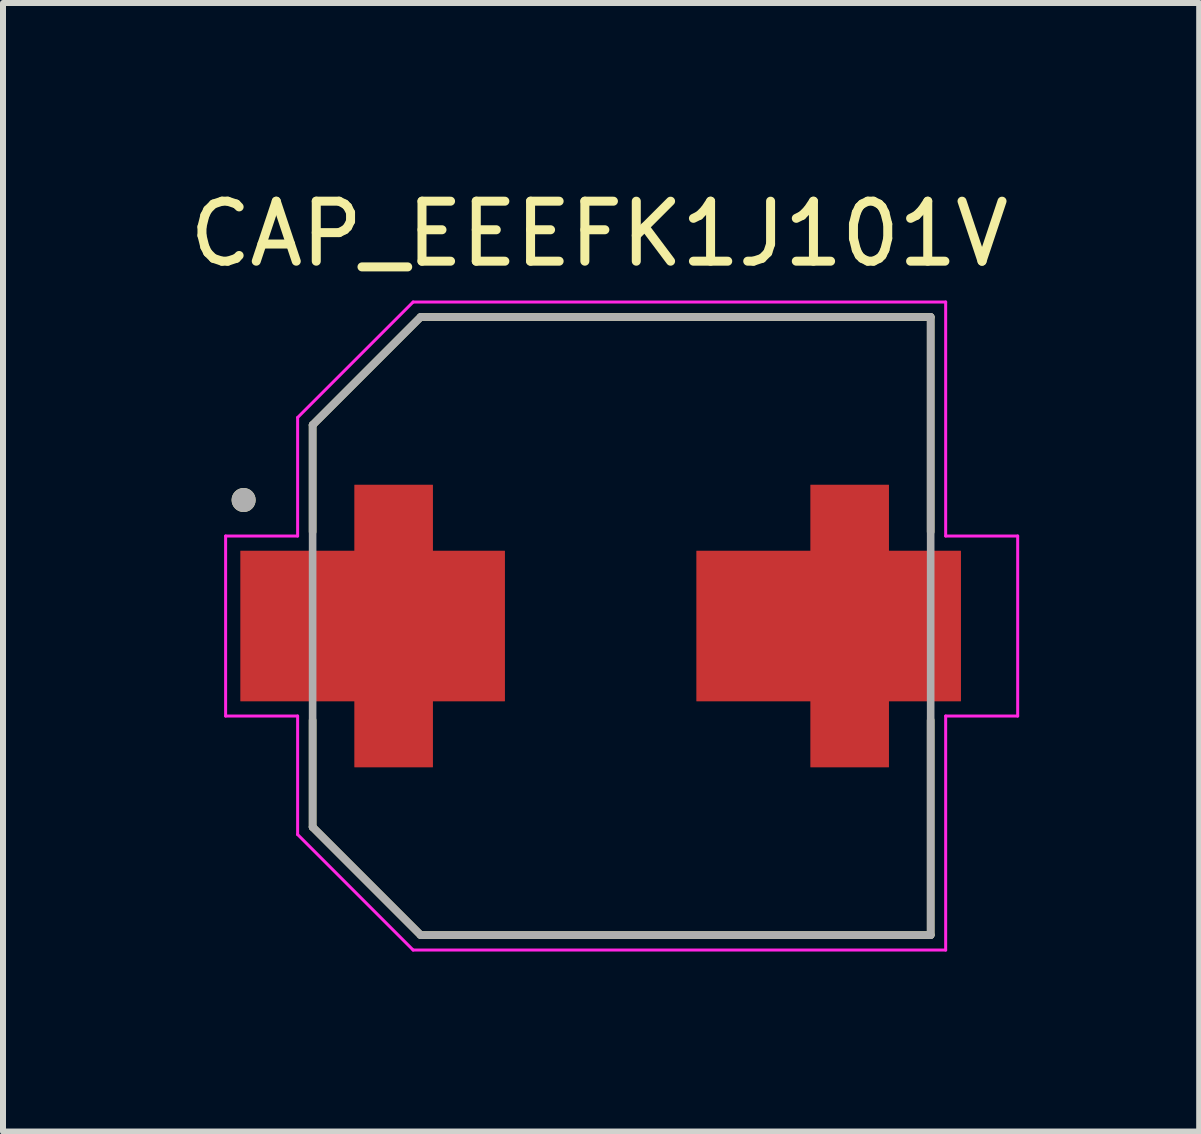
<source format=kicad_pcb>
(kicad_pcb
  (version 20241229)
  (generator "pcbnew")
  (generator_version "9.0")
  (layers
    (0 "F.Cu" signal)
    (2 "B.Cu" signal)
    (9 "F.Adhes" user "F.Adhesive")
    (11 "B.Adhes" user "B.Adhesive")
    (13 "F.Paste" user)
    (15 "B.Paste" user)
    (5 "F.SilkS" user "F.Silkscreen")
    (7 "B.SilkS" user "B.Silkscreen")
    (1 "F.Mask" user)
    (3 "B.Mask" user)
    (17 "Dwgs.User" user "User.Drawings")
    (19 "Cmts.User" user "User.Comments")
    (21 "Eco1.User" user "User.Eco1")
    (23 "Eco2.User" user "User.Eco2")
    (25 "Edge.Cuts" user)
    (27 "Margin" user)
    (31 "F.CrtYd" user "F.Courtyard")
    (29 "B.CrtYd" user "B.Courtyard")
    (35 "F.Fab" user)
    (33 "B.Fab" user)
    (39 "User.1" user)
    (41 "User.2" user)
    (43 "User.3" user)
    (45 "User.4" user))
  (footprint "CAP_EEEFK1J101V"
    (layer "F.Cu")
    (at 7.31 7.383)
    (property "Reference" "CAP_EEEFK1J101V" (at -0.375 -6.535 0) (layer "F.SilkS") (effects (font (size 1 1) (thickness 0.15))))
    (attr smd)
    (fp_poly (pts (xy -4.55 2.45) (xy -4.55 1.35) (xy -6.45 1.35) (xy -6.45 -1.35) (xy -4.55 -1.35) (xy -4.55 -2.45) (xy -3.05 -2.45) (xy -3.05 -1.35) (xy -1.85 -1.35) (xy -1.85 1.35) (xy -3.05 1.35) (xy -3.05 2.45)) (stroke (width 0.01) (type solid)) (fill yes) (layer "F.Mask"))
    (fp_poly (pts (xy 4.55 2.45) (xy 4.55 1.35) (xy 6.45 1.35) (xy 6.45 -1.35) (xy 4.55 -1.35) (xy 4.55 -2.45) (xy 3.05 -2.45) (xy 3.05 -1.35) (xy 1.85 -1.35) (xy 1.85 1.35) (xy 3.05 1.35) (xy 3.05 2.45)) (stroke (width 0.01) (type solid)) (fill yes) (layer "F.Mask"))
    (fp_line (start -5.15 -3.35) (end -5.15 -1.57) (stroke (width 0.127) (type solid)) (layer "F.SilkS"))
    (fp_line (start -5.15 1.57) (end -5.15 3.35) (stroke (width 0.127) (type solid)) (layer "F.SilkS"))
    (fp_line (start -5.15 3.35) (end -3.35 5.15) (stroke (width 0.127) (type solid)) (layer "F.SilkS"))
    (fp_line (start -3.35 -5.15) (end -5.15 -3.35) (stroke (width 0.127) (type solid)) (layer "F.SilkS"))
    (fp_line (start -3.35 5.15) (end 5.15 5.15) (stroke (width 0.127) (type solid)) (layer "F.SilkS"))
    (fp_line (start 5.15 -5.15) (end -3.35 -5.15) (stroke (width 0.127) (type solid)) (layer "F.SilkS"))
    (fp_line (start 5.15 -1.57) (end 5.15 -5.15) (stroke (width 0.127) (type solid)) (layer "F.SilkS"))
    (fp_line (start 5.15 5.15) (end 5.15 1.57) (stroke (width 0.127) (type solid)) (layer "F.SilkS"))
    (fp_circle (center -6.3 -2.1) (end -6.2 -2.1) (stroke (width 0.2) (type solid)) (fill no) (layer "F.SilkS"))
    (fp_poly (pts (xy -4.45 2.35) (xy -4.45 1.25) (xy -6.35 1.25) (xy -6.35 -1.25) (xy -4.45 -1.25) (xy -4.45 -2.35) (xy -3.15 -2.35) (xy -3.15 -1.25) (xy -1.95 -1.25) (xy -1.95 1.25) (xy -3.15 1.25) (xy -3.15 2.35)) (stroke (width 0.01) (type solid)) (fill yes) (layer "F.Paste"))
    (fp_poly (pts (xy 4.45 2.35) (xy 4.45 1.25) (xy 6.35 1.25) (xy 6.35 -1.25) (xy 4.45 -1.25) (xy 4.45 -2.35) (xy 3.15 -2.35) (xy 3.15 -1.25) (xy 1.95 -1.25) (xy 1.95 1.25) (xy 3.15 1.25) (xy 3.15 2.35)) (stroke (width 0.01) (type solid)) (fill yes) (layer "F.Paste"))
    (fp_line (start -6.6 -1.5) (end -5.4 -1.5) (stroke (width 0.05) (type solid)) (layer "F.CrtYd"))
    (fp_line (start -6.6 1.5) (end -6.6 -1.5) (stroke (width 0.05) (type solid)) (layer "F.CrtYd"))
    (fp_line (start -5.4 -3.475) (end -3.475 -5.4) (stroke (width 0.05) (type solid)) (layer "F.CrtYd"))
    (fp_line (start -5.4 -1.5) (end -5.4 -3.475) (stroke (width 0.05) (type solid)) (layer "F.CrtYd"))
    (fp_line (start -5.4 1.5) (end -6.6 1.5) (stroke (width 0.05) (type solid)) (layer "F.CrtYd"))
    (fp_line (start -5.4 3.475) (end -5.4 1.5) (stroke (width 0.05) (type solid)) (layer "F.CrtYd"))
    (fp_line (start -3.475 -5.4) (end 5.4 -5.4) (stroke (width 0.05) (type solid)) (layer "F.CrtYd"))
    (fp_line (start -3.475 5.4) (end -5.4 3.475) (stroke (width 0.05) (type solid)) (layer "F.CrtYd"))
    (fp_line (start 5.4 -5.4) (end 5.4 -1.5) (stroke (width 0.05) (type solid)) (layer "F.CrtYd"))
    (fp_line (start 5.4 -1.5) (end 6.6 -1.5) (stroke (width 0.05) (type solid)) (layer "F.CrtYd"))
    (fp_line (start 5.4 1.5) (end 5.4 5.4) (stroke (width 0.05) (type solid)) (layer "F.CrtYd"))
    (fp_line (start 5.4 5.4) (end -3.475 5.4) (stroke (width 0.05) (type solid)) (layer "F.CrtYd"))
    (fp_line (start 6.6 -1.5) (end 6.6 1.5) (stroke (width 0.05) (type solid)) (layer "F.CrtYd"))
    (fp_line (start 6.6 1.5) (end 5.4 1.5) (stroke (width 0.05) (type solid)) (layer "F.CrtYd"))
    (fp_line (start -5.15 -3.35) (end -5.15 3.35) (stroke (width 0.127) (type solid)) (layer "F.Fab"))
    (fp_line (start -5.15 3.35) (end -3.35 5.15) (stroke (width 0.127) (type solid)) (layer "F.Fab"))
    (fp_line (start -3.35 -5.15) (end -5.15 -3.35) (stroke (width 0.127) (type solid)) (layer "F.Fab"))
    (fp_line (start -3.35 5.15) (end 5.15 5.15) (stroke (width 0.127) (type solid)) (layer "F.Fab"))
    (fp_line (start 5.15 -5.15) (end -3.35 -5.15) (stroke (width 0.127) (type solid)) (layer "F.Fab"))
    (fp_line (start 5.15 5.15) (end 5.15 -5.15) (stroke (width 0.127) (type solid)) (layer "F.Fab"))
    (fp_circle (center -6.3 -2.1) (end -6.2 -2.1) (stroke (width 0.2) (type solid)) (fill no) (layer "F.Fab"))
    (pad "1" smd custom (at -3.8 0) (size 2 2) (layers "F.Cu") (options (anchor rect)) (primitives (gr_poly (pts (xy -0.65 2.35) (xy -0.65 1.25) (xy -2.55 1.25) (xy -2.55 -1.25) (xy -0.65 -1.25) (xy -0.65 -2.35) (xy 0.65 -2.35) (xy 0.65 -1.25) (xy 1.85 -1.25) (xy 1.85 1.25) (xy 0.65 1.25) (xy 0.65 2.35)) (width 0.01) (fill yes))))
    (pad "2" smd custom (at 3.8 0 180) (size 2 2) (layers "F.Cu") (options (anchor rect)) (primitives (gr_poly (pts (xy 0.65 2.35) (xy 0.65 1.25) (xy 2.55 1.25) (xy 2.55 -1.25) (xy 0.65 -1.25) (xy 0.65 -2.35) (xy -0.65 -2.35) (xy -0.65 -1.25) (xy -1.85 -1.25) (xy -1.85 1.25) (xy -0.65 1.25) (xy -0.65 2.35)) (width 0.01) (fill yes)))))
  (gr_rect
    (start -3 -3)
    (end 16.935 15.808)
    (stroke (width 0.1) (type default))
    (fill no)
    (layer "Edge.Cuts")))
</source>
